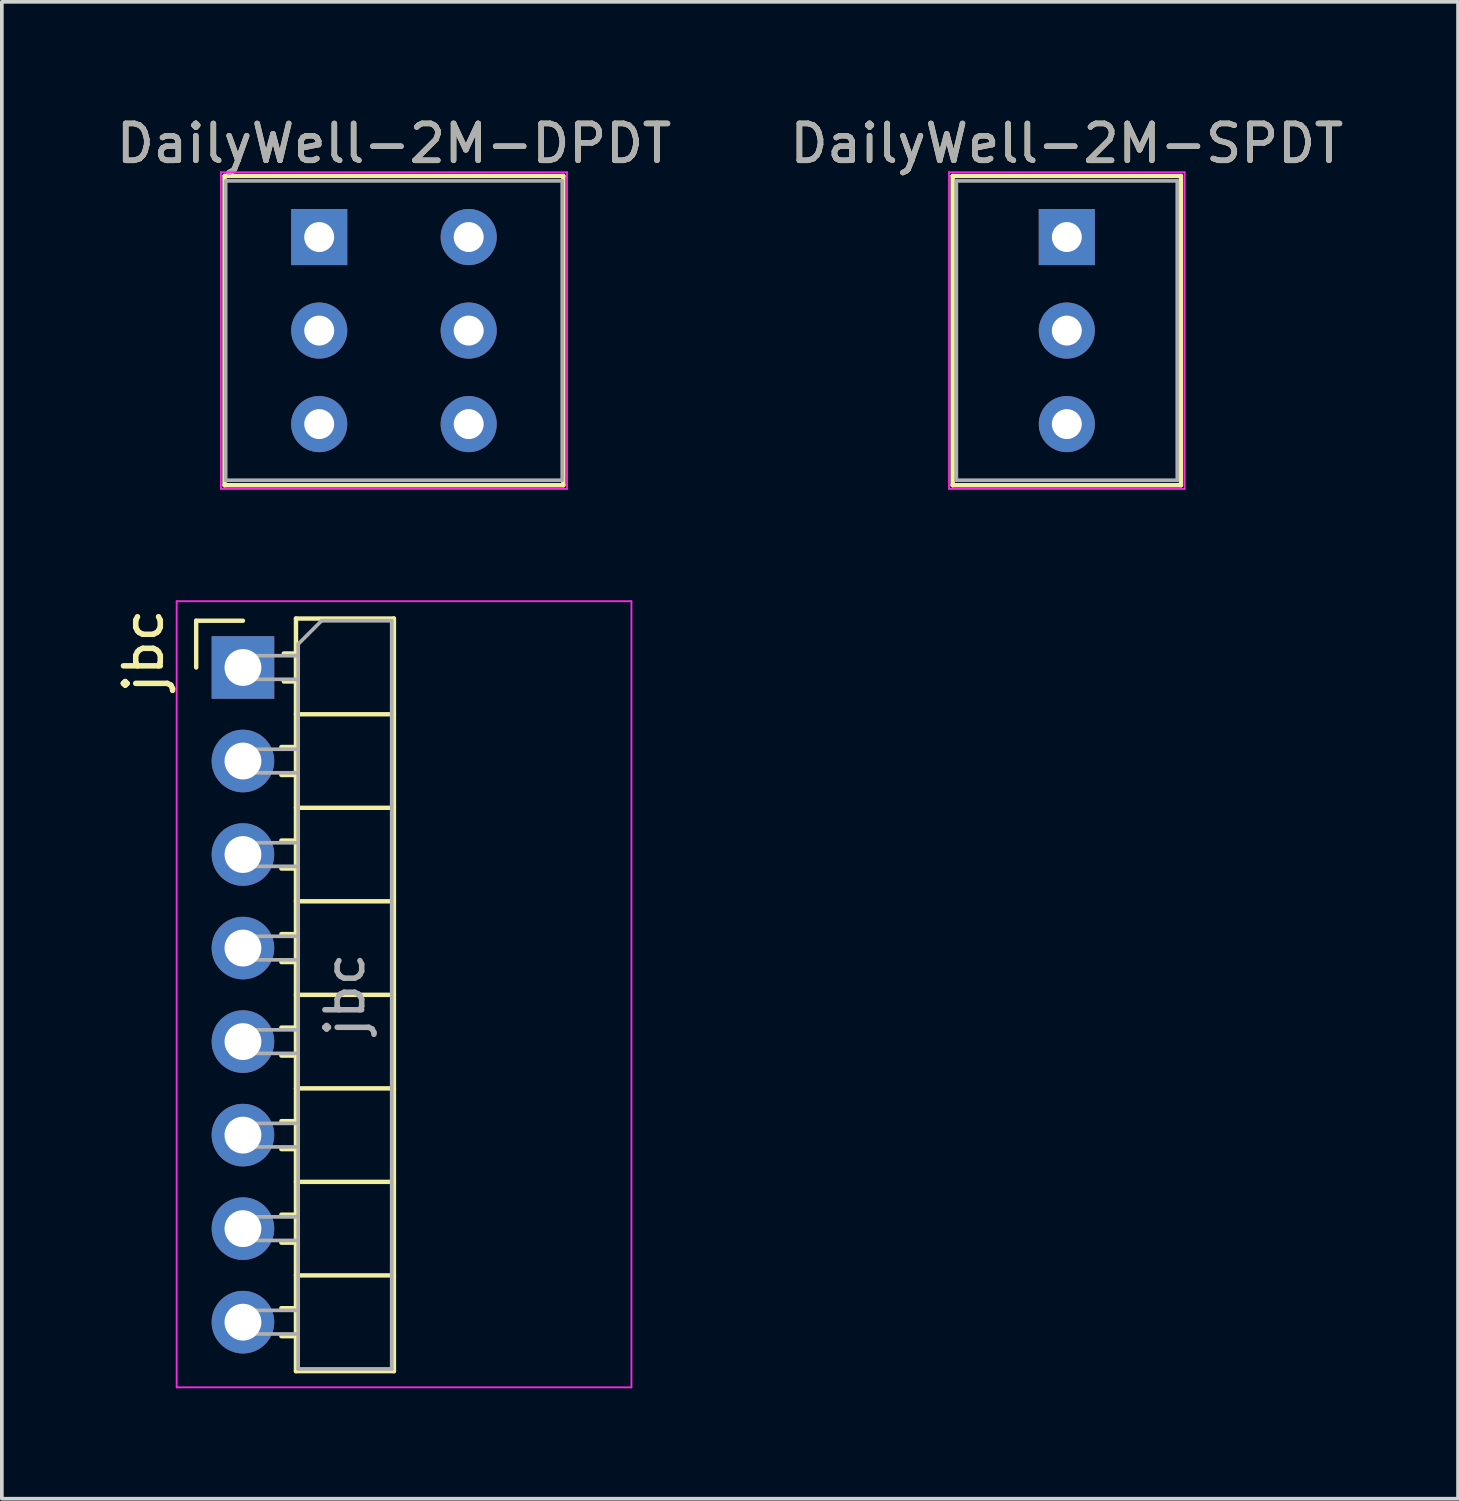
<source format=kicad_pcb>
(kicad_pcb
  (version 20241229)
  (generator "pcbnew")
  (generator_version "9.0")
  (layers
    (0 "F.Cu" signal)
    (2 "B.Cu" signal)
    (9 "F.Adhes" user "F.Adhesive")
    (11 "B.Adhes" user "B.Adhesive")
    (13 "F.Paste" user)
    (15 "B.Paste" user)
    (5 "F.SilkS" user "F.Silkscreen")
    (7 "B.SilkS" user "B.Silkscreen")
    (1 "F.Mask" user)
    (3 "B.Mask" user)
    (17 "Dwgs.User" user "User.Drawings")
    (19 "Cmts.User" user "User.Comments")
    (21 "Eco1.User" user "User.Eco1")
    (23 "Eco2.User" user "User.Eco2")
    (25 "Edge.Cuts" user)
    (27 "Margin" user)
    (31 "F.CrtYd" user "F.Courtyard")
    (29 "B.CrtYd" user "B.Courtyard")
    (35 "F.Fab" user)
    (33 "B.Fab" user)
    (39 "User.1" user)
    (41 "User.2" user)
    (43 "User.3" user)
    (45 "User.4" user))
  (footprint "jbc"
    (layer "F.Cu")
    (at 3.548 15.078)
    (property "Reference" "jbc" (at -2.7 -0.45 270) (layer "F.SilkS") (effects (font (size 1 1) (thickness 0.15))))
    (attr through_hole)
    (fp_line (start -1.27 -1.27) (end 0 -1.27) (stroke (width 0.12) (type solid)) (layer "F.SilkS"))
    (fp_line (start -1.27 0) (end -1.27 -1.27) (stroke (width 0.12) (type solid)) (layer "F.SilkS"))
    (fp_line (start 1.043 2.16) (end 1.44 2.16) (stroke (width 0.12) (type solid)) (layer "F.SilkS"))
    (fp_line (start 1.043 2.92) (end 1.44 2.92) (stroke (width 0.12) (type solid)) (layer "F.SilkS"))
    (fp_line (start 1.043 4.7) (end 1.44 4.7) (stroke (width 0.12) (type solid)) (layer "F.SilkS"))
    (fp_line (start 1.043 5.46) (end 1.44 5.46) (stroke (width 0.12) (type solid)) (layer "F.SilkS"))
    (fp_line (start 1.043 7.24) (end 1.44 7.24) (stroke (width 0.12) (type solid)) (layer "F.SilkS"))
    (fp_line (start 1.043 8) (end 1.44 8) (stroke (width 0.12) (type solid)) (layer "F.SilkS"))
    (fp_line (start 1.043 9.78) (end 1.44 9.78) (stroke (width 0.12) (type solid)) (layer "F.SilkS"))
    (fp_line (start 1.043 10.54) (end 1.44 10.54) (stroke (width 0.12) (type solid)) (layer "F.SilkS"))
    (fp_line (start 1.043 12.32) (end 1.44 12.32) (stroke (width 0.12) (type solid)) (layer "F.SilkS"))
    (fp_line (start 1.043 13.08) (end 1.44 13.08) (stroke (width 0.12) (type solid)) (layer "F.SilkS"))
    (fp_line (start 1.043 14.86) (end 1.44 14.86) (stroke (width 0.12) (type solid)) (layer "F.SilkS"))
    (fp_line (start 1.043 15.62) (end 1.44 15.62) (stroke (width 0.12) (type solid)) (layer "F.SilkS"))
    (fp_line (start 1.043 17.4) (end 1.44 17.4) (stroke (width 0.12) (type solid)) (layer "F.SilkS"))
    (fp_line (start 1.043 18.16) (end 1.44 18.16) (stroke (width 0.12) (type solid)) (layer "F.SilkS"))
    (fp_line (start 1.11 -0.38) (end 1.44 -0.38) (stroke (width 0.12) (type solid)) (layer "F.SilkS"))
    (fp_line (start 1.11 0.38) (end 1.44 0.38) (stroke (width 0.12) (type solid)) (layer "F.SilkS"))
    (fp_line (start 1.44 -1.33) (end 1.44 19.11) (stroke (width 0.12) (type solid)) (layer "F.SilkS"))
    (fp_line (start 1.44 1.27) (end 4.1 1.27) (stroke (width 0.12) (type solid)) (layer "F.SilkS"))
    (fp_line (start 1.44 3.81) (end 4.1 3.81) (stroke (width 0.12) (type solid)) (layer "F.SilkS"))
    (fp_line (start 1.44 6.35) (end 4.1 6.35) (stroke (width 0.12) (type solid)) (layer "F.SilkS"))
    (fp_line (start 1.44 8.89) (end 4.1 8.89) (stroke (width 0.12) (type solid)) (layer "F.SilkS"))
    (fp_line (start 1.44 11.43) (end 4.1 11.43) (stroke (width 0.12) (type solid)) (layer "F.SilkS"))
    (fp_line (start 1.44 13.97) (end 4.1 13.97) (stroke (width 0.12) (type solid)) (layer "F.SilkS"))
    (fp_line (start 1.44 16.51) (end 4.1 16.51) (stroke (width 0.12) (type solid)) (layer "F.SilkS"))
    (fp_line (start 1.44 19.11) (end 4.1 19.11) (stroke (width 0.12) (type solid)) (layer "F.SilkS"))
    (fp_line (start 4.1 -1.33) (end 1.44 -1.33) (stroke (width 0.12) (type solid)) (layer "F.SilkS"))
    (fp_line (start 4.1 19.11) (end 4.1 -1.33) (stroke (width 0.12) (type solid)) (layer "F.SilkS"))
    (fp_line (start -1.8 -1.8) (end -1.8 19.55) (stroke (width 0.05) (type solid)) (layer "F.CrtYd"))
    (fp_line (start -1.8 19.55) (end 10.55 19.55) (stroke (width 0.05) (type solid)) (layer "F.CrtYd"))
    (fp_line (start 10.55 -1.8) (end -1.8 -1.8) (stroke (width 0.05) (type solid)) (layer "F.CrtYd"))
    (fp_line (start 10.55 19.55) (end 10.55 -1.8) (stroke (width 0.05) (type solid)) (layer "F.CrtYd"))
    (fp_line (start -0.32 -0.32) (end -0.32 0.32) (stroke (width 0.1) (type solid)) (layer "F.Fab"))
    (fp_line (start -0.32 -0.32) (end 1.5 -0.32) (stroke (width 0.1) (type solid)) (layer "F.Fab"))
    (fp_line (start -0.32 0.32) (end 1.5 0.32) (stroke (width 0.1) (type solid)) (layer "F.Fab"))
    (fp_line (start -0.32 2.22) (end -0.32 2.86) (stroke (width 0.1) (type solid)) (layer "F.Fab"))
    (fp_line (start -0.32 2.22) (end 1.5 2.22) (stroke (width 0.1) (type solid)) (layer "F.Fab"))
    (fp_line (start -0.32 2.86) (end 1.5 2.86) (stroke (width 0.1) (type solid)) (layer "F.Fab"))
    (fp_line (start -0.32 4.76) (end -0.32 5.4) (stroke (width 0.1) (type solid)) (layer "F.Fab"))
    (fp_line (start -0.32 4.76) (end 1.5 4.76) (stroke (width 0.1) (type solid)) (layer "F.Fab"))
    (fp_line (start -0.32 5.4) (end 1.5 5.4) (stroke (width 0.1) (type solid)) (layer "F.Fab"))
    (fp_line (start -0.32 7.3) (end -0.32 7.94) (stroke (width 0.1) (type solid)) (layer "F.Fab"))
    (fp_line (start -0.32 7.3) (end 1.5 7.3) (stroke (width 0.1) (type solid)) (layer "F.Fab"))
    (fp_line (start -0.32 7.94) (end 1.5 7.94) (stroke (width 0.1) (type solid)) (layer "F.Fab"))
    (fp_line (start -0.32 9.84) (end -0.32 10.48) (stroke (width 0.1) (type solid)) (layer "F.Fab"))
    (fp_line (start -0.32 9.84) (end 1.5 9.84) (stroke (width 0.1) (type solid)) (layer "F.Fab"))
    (fp_line (start -0.32 10.48) (end 1.5 10.48) (stroke (width 0.1) (type solid)) (layer "F.Fab"))
    (fp_line (start -0.32 12.38) (end -0.32 13.02) (stroke (width 0.1) (type solid)) (layer "F.Fab"))
    (fp_line (start -0.32 12.38) (end 1.5 12.38) (stroke (width 0.1) (type solid)) (layer "F.Fab"))
    (fp_line (start -0.32 13.02) (end 1.5 13.02) (stroke (width 0.1) (type solid)) (layer "F.Fab"))
    (fp_line (start -0.32 14.92) (end -0.32 15.56) (stroke (width 0.1) (type solid)) (layer "F.Fab"))
    (fp_line (start -0.32 14.92) (end 1.5 14.92) (stroke (width 0.1) (type solid)) (layer "F.Fab"))
    (fp_line (start -0.32 15.56) (end 1.5 15.56) (stroke (width 0.1) (type solid)) (layer "F.Fab"))
    (fp_line (start -0.32 17.46) (end -0.32 18.1) (stroke (width 0.1) (type solid)) (layer "F.Fab"))
    (fp_line (start -0.32 17.46) (end 1.5 17.46) (stroke (width 0.1) (type solid)) (layer "F.Fab"))
    (fp_line (start -0.32 18.1) (end 1.5 18.1) (stroke (width 0.1) (type solid)) (layer "F.Fab"))
    (fp_line (start 1.5 -0.635) (end 2.135 -1.27) (stroke (width 0.1) (type solid)) (layer "F.Fab"))
    (fp_line (start 1.5 19.05) (end 1.5 -0.635) (stroke (width 0.1) (type solid)) (layer "F.Fab"))
    (fp_line (start 2.135 -1.27) (end 4.04 -1.27) (stroke (width 0.1) (type solid)) (layer "F.Fab"))
    (fp_line (start 4.04 -1.27) (end 4.04 19.05) (stroke (width 0.1) (type solid)) (layer "F.Fab"))
    (fp_line (start 4.04 19.05) (end 1.5 19.05) (stroke (width 0.1) (type solid)) (layer "F.Fab"))
    (fp_text user "${REFERENCE}" (at 2.77 8.89 90) (layer "F.Fab") (effects (font (size 1 1) (thickness 0.15))))
    (pad "1" thru_hole rect (at 0 0) (size 1.7 1.7) (drill 1) (layers "*.Cu" "*.Mask"))
    (pad "2" thru_hole oval (at 0 2.54) (size 1.7 1.7) (drill 1) (layers "*.Cu" "*.Mask"))
    (pad "3" thru_hole oval (at 0 5.08) (size 1.7 1.7) (drill 1) (layers "*.Cu" "*.Mask"))
    (pad "4" thru_hole oval (at 0 7.62) (size 1.7 1.7) (drill 1) (layers "*.Cu" "*.Mask"))
    (pad "5" thru_hole oval (at 0 10.16) (size 1.7 1.7) (drill 1) (layers "*.Cu" "*.Mask"))
    (pad "6" thru_hole oval (at 0 12.7) (size 1.7 1.7) (drill 1) (layers "*.Cu" "*.Mask"))
    (pad "7" thru_hole oval (at 0 15.24) (size 1.7 1.7) (drill 1) (layers "*.Cu" "*.Mask"))
    (pad "8" thru_hole oval (at 0 17.78) (size 1.7 1.7) (drill 1) (layers "*.Cu" "*.Mask")))
  (footprint "DailyWell-2M-SPDT"
    (layer "F.Cu")
    (at 25.923 5.928)
    (property "Reference" "DailyWell-2M-SPDT" (at 0 -5.08 0) (layer "F.SilkS") (effects (font (size 1 1) (thickness 0.15))))
    (attr through_hole)
    (fp_line (start -3.1 -4.2) (end 3.1 -4.2) (stroke (width 0.12) (type solid)) (layer "F.SilkS"))
    (fp_line (start -3.1 4.2) (end -3.1 -4.2) (stroke (width 0.12) (type solid)) (layer "F.SilkS"))
    (fp_line (start -3.1 4.2) (end 3.1 4.2) (stroke (width 0.12) (type solid)) (layer "F.SilkS"))
    (fp_line (start 3.1 -4.2) (end 3.1 4.2) (stroke (width 0.12) (type solid)) (layer "F.SilkS"))
    (fp_line (start -3.2 4.3) (end -3.2 -4.3) (stroke (width 0.05) (type solid)) (layer "F.CrtYd"))
    (fp_line (start -3.2 4.3) (end 3.2 4.3) (stroke (width 0.05) (type solid)) (layer "F.CrtYd"))
    (fp_line (start 3.2 -4.3) (end -3.2 -4.3) (stroke (width 0.05) (type solid)) (layer "F.CrtYd"))
    (fp_line (start 3.2 -4.3) (end 3.2 4.3) (stroke (width 0.05) (type solid)) (layer "F.CrtYd"))
    (fp_line (start -3 -4.065) (end 3 -4.065) (stroke (width 0.1) (type solid)) (layer "F.Fab"))
    (fp_line (start -3 4.065) (end -3 -4.065) (stroke (width 0.1) (type solid)) (layer "F.Fab"))
    (fp_line (start -3 4.065) (end 3 4.065) (stroke (width 0.1) (type solid)) (layer "F.Fab"))
    (fp_line (start 3 4.065) (end 3 -4.065) (stroke (width 0.1) (type solid)) (layer "F.Fab"))
    (fp_text user "${REFERENCE}" (at 0 -5.08 0) (layer "F.Fab") (effects (font (size 1 1) (thickness 0.15))))
    (pad "1" thru_hole rect (at 0 -2.54) (size 1.524 1.524) (drill 0.813) (layers "*.Cu" "*.Mask"))
    (pad "2" thru_hole circle (at 0 0) (size 1.524 1.524) (drill 0.813) (layers "*.Cu" "*.Mask"))
    (pad "3" thru_hole circle (at 0 2.54) (size 1.524 1.524) (drill 0.813) (layers "*.Cu" "*.Mask")))
  (footprint "DailyWell-2M-DPDT"
    (layer "F.Cu")
    (at 7.649 5.928)
    (property "Reference" "DailyWell-2M-DPDT" (at 0 -5.08 0) (layer "F.SilkS") (effects (font (size 1 1) (thickness 0.15))))
    (attr through_hole)
    (fp_line (start -4.6 -4.2) (end 4.6 -4.2) (stroke (width 0.12) (type solid)) (layer "F.SilkS"))
    (fp_line (start -4.6 4.2) (end -4.6 -4.2) (stroke (width 0.12) (type solid)) (layer "F.SilkS"))
    (fp_line (start -4.6 4.2) (end 4.6 4.2) (stroke (width 0.12) (type solid)) (layer "F.SilkS"))
    (fp_line (start 4.6 -4.2) (end 4.6 4.2) (stroke (width 0.12) (type solid)) (layer "F.SilkS"))
    (fp_line (start -4.7 4.3) (end -4.7 -4.3) (stroke (width 0.05) (type solid)) (layer "F.CrtYd"))
    (fp_line (start -4.7 4.3) (end 4.7 4.3) (stroke (width 0.05) (type solid)) (layer "F.CrtYd"))
    (fp_line (start 4.7 -4.3) (end -4.7 -4.3) (stroke (width 0.05) (type solid)) (layer "F.CrtYd"))
    (fp_line (start 4.7 -4.3) (end 4.7 4.3) (stroke (width 0.05) (type solid)) (layer "F.CrtYd"))
    (fp_line (start -4.57 -4.065) (end 4.57 -4.065) (stroke (width 0.1) (type solid)) (layer "F.Fab"))
    (fp_line (start -4.57 4.065) (end -4.57 -4.065) (stroke (width 0.1) (type solid)) (layer "F.Fab"))
    (fp_line (start -4.57 4.065) (end 4.57 4.065) (stroke (width 0.1) (type solid)) (layer "F.Fab"))
    (fp_line (start 4.57 4.065) (end 4.57 -4.065) (stroke (width 0.1) (type solid)) (layer "F.Fab"))
    (fp_text user "${REFERENCE}" (at 0 -5.08 0) (layer "F.Fab") (effects (font (size 1 1) (thickness 0.15))))
    (pad "1" thru_hole rect (at -2.03 -2.54) (size 1.524 1.524) (drill 0.813) (layers "*.Cu" "*.Mask"))
    (pad "2" thru_hole circle (at -2.03 0) (size 1.524 1.524) (drill 0.813) (layers "*.Cu" "*.Mask"))
    (pad "3" thru_hole circle (at -2.03 2.54) (size 1.524 1.524) (drill 0.813) (layers "*.Cu" "*.Mask"))
    (pad "4" thru_hole circle (at 2.03 -2.54) (size 1.524 1.524) (drill 0.813) (layers "*.Cu" "*.Mask"))
    (pad "5" thru_hole circle (at 2.03 0) (size 1.524 1.524) (drill 0.813) (layers "*.Cu" "*.Mask"))
    (pad "6" thru_hole circle (at 2.03 2.54) (size 1.524 1.524) (drill 0.813) (layers "*.Cu" "*.Mask")))
  (gr_rect
    (start -3 -3)
    (end 36.548 37.653)
    (stroke (width 0.1) (type default))
    (fill no)
    (layer "Edge.Cuts")))
</source>
